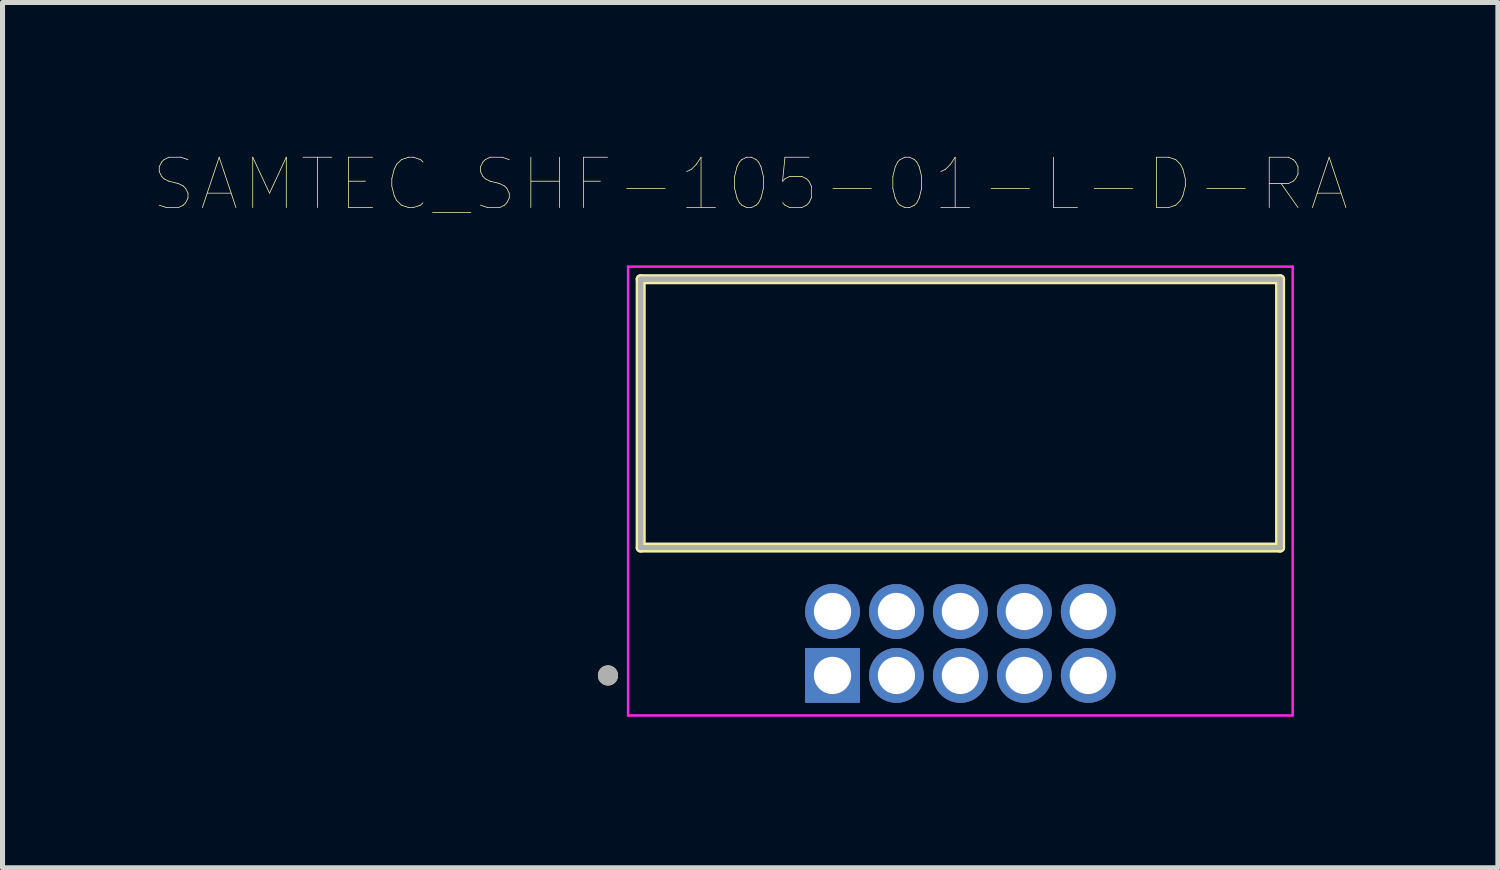
<source format=kicad_pcb>
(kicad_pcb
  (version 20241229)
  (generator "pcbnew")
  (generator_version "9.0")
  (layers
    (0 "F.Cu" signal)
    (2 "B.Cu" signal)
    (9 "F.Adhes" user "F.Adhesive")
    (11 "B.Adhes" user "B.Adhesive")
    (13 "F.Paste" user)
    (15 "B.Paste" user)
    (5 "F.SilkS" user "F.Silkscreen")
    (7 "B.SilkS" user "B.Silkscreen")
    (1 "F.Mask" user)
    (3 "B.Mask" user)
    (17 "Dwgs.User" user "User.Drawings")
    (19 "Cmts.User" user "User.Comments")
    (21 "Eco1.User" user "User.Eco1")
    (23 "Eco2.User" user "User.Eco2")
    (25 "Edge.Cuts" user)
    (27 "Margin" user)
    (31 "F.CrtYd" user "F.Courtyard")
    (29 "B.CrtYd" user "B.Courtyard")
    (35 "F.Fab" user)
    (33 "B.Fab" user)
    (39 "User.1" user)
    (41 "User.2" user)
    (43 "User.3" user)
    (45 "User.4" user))
  (footprint "SAMTEC_SHF-105-01-L-D-RA"
    (layer "F.Cu")
    (at 16.026 9.731)
    (property "Reference" "SAMTEC_SHF-105-01-L-D-RA" (at -4.175 -9.12 0) (layer "F.SilkS") (effects (font (size 1 1) (thickness 0.015))))
    (attr through_hole)
    (fp_line (start -6.35 -1.905) (end -6.35 -7.235) (stroke (width 0.2) (type solid)) (layer "F.SilkS"))
    (fp_line (start 6.35 -7.235) (end -6.35 -7.235) (stroke (width 0.2) (type solid)) (layer "F.SilkS"))
    (fp_line (start 6.35 -7.235) (end 6.35 -1.905) (stroke (width 0.2) (type solid)) (layer "F.SilkS"))
    (fp_line (start 6.35 -1.905) (end -6.35 -1.905) (stroke (width 0.2) (type solid)) (layer "F.SilkS"))
    (fp_circle (center -7 0.635) (end -6.9 0.635) (stroke (width 0.2) (type solid)) (fill no) (layer "F.SilkS"))
    (fp_line (start -6.6 -7.485) (end 6.6 -7.485) (stroke (width 0.05) (type solid)) (layer "F.CrtYd"))
    (fp_line (start -6.6 1.43) (end -6.6 -7.485) (stroke (width 0.05) (type solid)) (layer "F.CrtYd"))
    (fp_line (start 6.6 -7.485) (end 6.6 1.43) (stroke (width 0.05) (type solid)) (layer "F.CrtYd"))
    (fp_line (start 6.6 1.43) (end -6.6 1.43) (stroke (width 0.05) (type solid)) (layer "F.CrtYd"))
    (fp_line (start -6.35 -7.235) (end 6.35 -7.235) (stroke (width 0.1) (type solid)) (layer "F.Fab"))
    (fp_line (start -6.35 -7.235) (end 6.35 -7.235) (stroke (width 0.1) (type solid)) (layer "F.Fab"))
    (fp_line (start -6.35 -1.905) (end -6.35 -7.235) (stroke (width 0.1) (type solid)) (layer "F.Fab"))
    (fp_line (start -6.35 -1.905) (end -6.35 -7.235) (stroke (width 0.1) (type solid)) (layer "F.Fab"))
    (fp_line (start 6.35 -7.235) (end 6.35 -1.905) (stroke (width 0.1) (type solid)) (layer "F.Fab"))
    (fp_line (start 6.35 -7.235) (end 6.35 -1.905) (stroke (width 0.1) (type solid)) (layer "F.Fab"))
    (fp_line (start 6.35 -1.905) (end -6.35 -1.905) (stroke (width 0.1) (type solid)) (layer "F.Fab"))
    (fp_circle (center -7 0.635) (end -6.9 0.635) (stroke (width 0.2) (type solid)) (fill no) (layer "F.Fab"))
    (pad "01" thru_hole rect (at -2.54 0.635) (size 1.09 1.09) (drill 0.74) (layers "*.Cu" "*.Mask"))
    (pad "02" thru_hole circle (at -2.54 -0.635) (size 1.09 1.09) (drill 0.74) (layers "*.Cu" "*.Mask"))
    (pad "03" thru_hole circle (at -1.27 0.635) (size 1.09 1.09) (drill 0.74) (layers "*.Cu" "*.Mask"))
    (pad "04" thru_hole circle (at -1.27 -0.635) (size 1.09 1.09) (drill 0.74) (layers "*.Cu" "*.Mask"))
    (pad "05" thru_hole circle (at 0 0.635) (size 1.09 1.09) (drill 0.74) (layers "*.Cu" "*.Mask"))
    (pad "06" thru_hole circle (at 0 -0.635) (size 1.09 1.09) (drill 0.74) (layers "*.Cu" "*.Mask"))
    (pad "07" thru_hole circle (at 1.27 0.635) (size 1.09 1.09) (drill 0.74) (layers "*.Cu" "*.Mask"))
    (pad "08" thru_hole circle (at 1.27 -0.635) (size 1.09 1.09) (drill 0.74) (layers "*.Cu" "*.Mask"))
    (pad "09" thru_hole circle (at 2.54 0.635) (size 1.09 1.09) (drill 0.74) (layers "*.Cu" "*.Mask"))
    (pad "10" thru_hole circle (at 2.54 -0.635) (size 1.09 1.09) (drill 0.74) (layers "*.Cu" "*.Mask")))
  (gr_rect
    (start -3 -3)
    (end 26.702 14.186)
    (stroke (width 0.1) (type default))
    (fill no)
    (layer "Edge.Cuts")))
</source>
